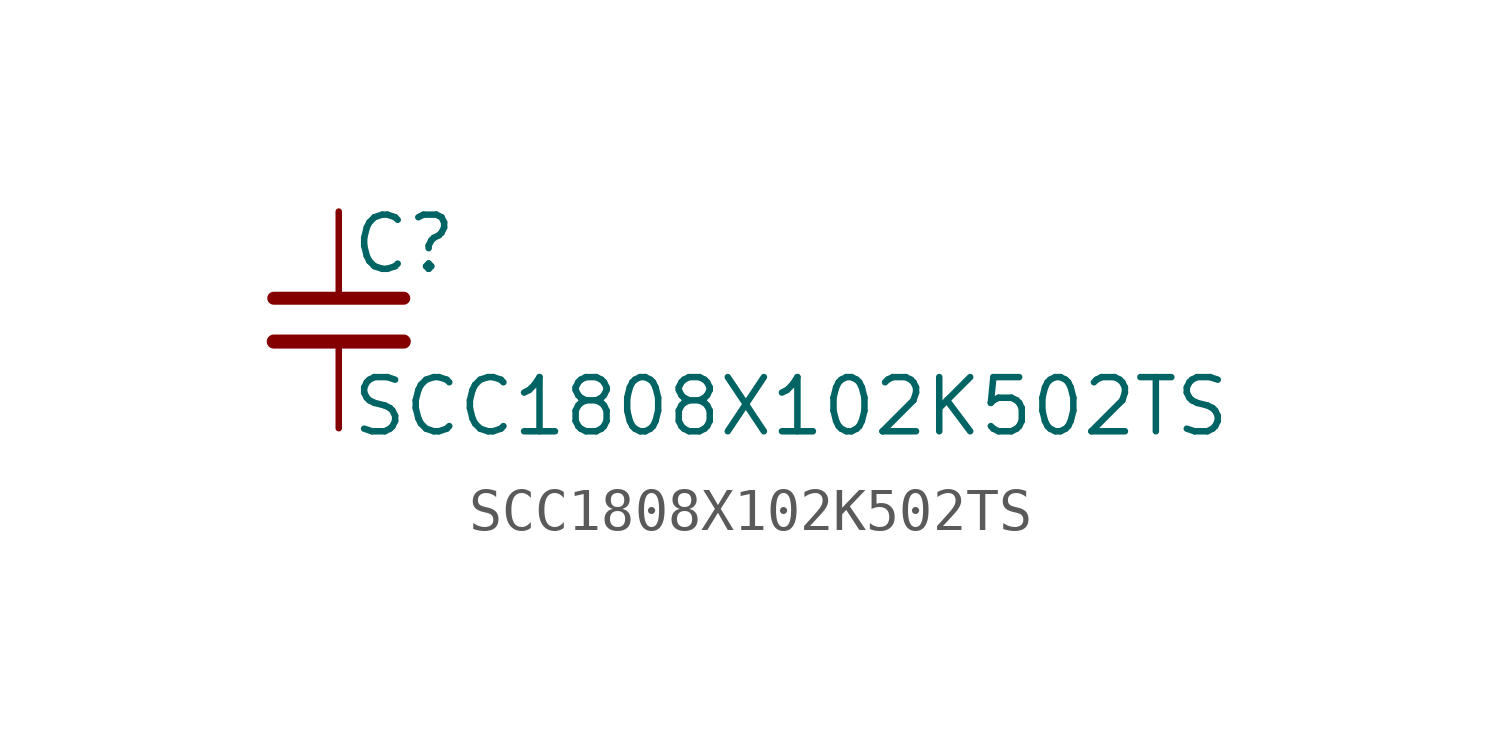
<source format=kicad_sym>
(kicad_symbol_lib
  (version 20241209)
  (generator "kicad_symbol_editor")
  (generator_version "9.0")
  (symbol "SCC1808X102K502TS"
    (pin_numbers
      (hide yes))
    (pin_names
      (offset 0.254)
      (hide yes))
    (property "Reference" "C"
      (at 0.254 1.778 0)
      (effects (font (size 1.27 1.27)) (justify left)))
    (property "Value" "SCC1808X102K502TS"
      (at 0.254 -2.032 0)
      (effects (font (size 1.27 1.27)) (justify left)))
    (symbol "SCC1808X102K502TS_0_1"
      (polyline (pts (xy -1.524 0.508) (xy 1.524 0.508)) (stroke (width 0.305) (type default)) (fill (type none)))
      (polyline (pts (xy -1.524 -0.508) (xy 1.524 -0.508)) (stroke (width 0.33) (type default)) (fill (type none))))
    (symbol "SCC1808X102K502TS_1_1"
      (pin passive line (at 0 2.54 270) (length 2.032) (name "~" (effects (font (size 1.27 1.27)))) (number "1" (effects (font (size 1.27 1.27)))))
      (pin passive line (at 0 -2.54 90) (length 2.032) (name "~" (effects (font (size 1.27 1.27)))) (number "2" (effects (font (size 1.27 1.27))))))))
</source>
